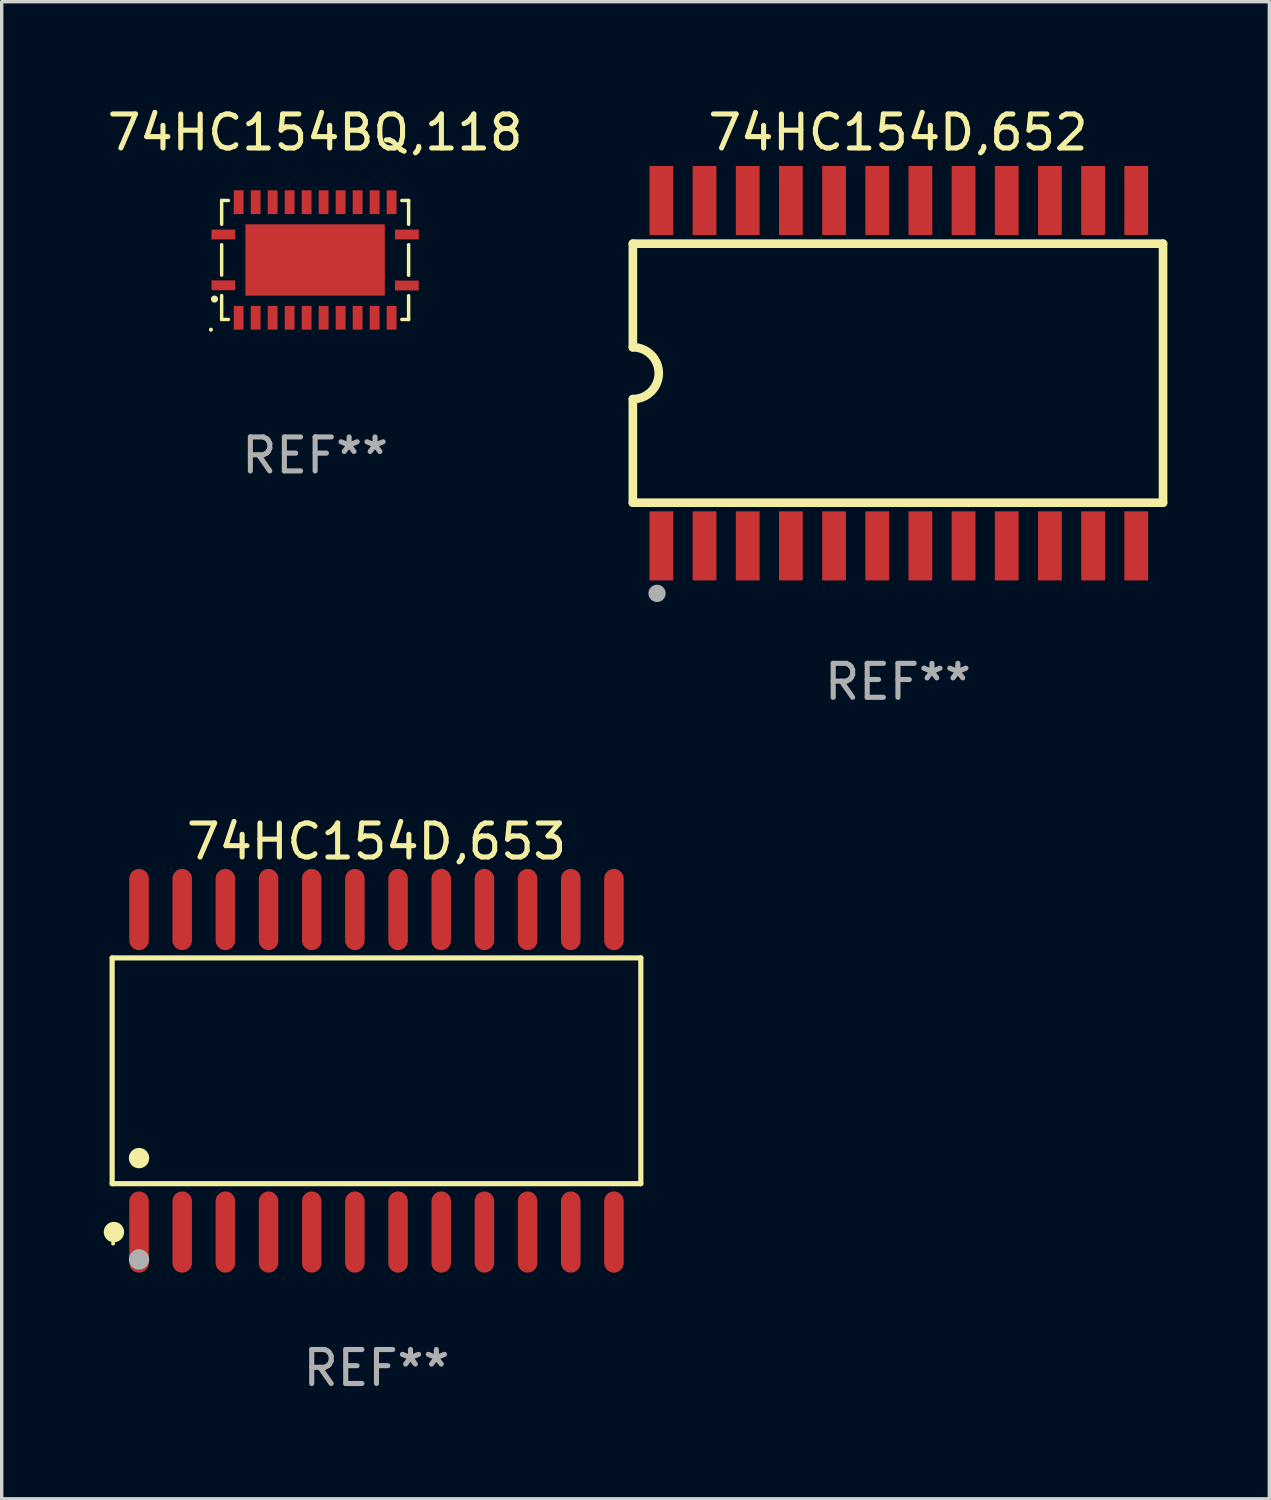
<source format=kicad_pcb>
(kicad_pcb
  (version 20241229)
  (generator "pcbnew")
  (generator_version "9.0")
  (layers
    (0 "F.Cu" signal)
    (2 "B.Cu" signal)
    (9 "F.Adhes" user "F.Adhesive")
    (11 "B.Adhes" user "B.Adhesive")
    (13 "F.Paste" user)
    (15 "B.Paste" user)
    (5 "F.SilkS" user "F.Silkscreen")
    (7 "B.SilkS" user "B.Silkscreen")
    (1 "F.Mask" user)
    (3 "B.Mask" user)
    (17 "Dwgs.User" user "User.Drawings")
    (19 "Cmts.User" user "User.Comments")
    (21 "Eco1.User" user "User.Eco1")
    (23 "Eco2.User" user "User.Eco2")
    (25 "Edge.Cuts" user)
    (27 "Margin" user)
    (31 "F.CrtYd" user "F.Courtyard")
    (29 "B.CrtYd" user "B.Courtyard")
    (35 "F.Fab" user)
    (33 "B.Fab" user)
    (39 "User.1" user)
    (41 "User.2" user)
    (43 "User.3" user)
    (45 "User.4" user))
  (footprint "74HC154BQ,118"
    (layer "F.Cu")
    (at 6.22 4.598)
    (property "Reference" "74HC154BQ,118" (at 0 -3.75 0) (layer "F.SilkS") (effects (font (size 1 1) (thickness 0.15))))
    (attr through_hole)
    (fp_line (start -2.75 -1.75) (end -2.75 -1.05) (stroke (width 0.102) (type solid)) (layer "F.SilkS"))
    (fp_line (start -2.75 -1.75) (end -2.55 -1.75) (stroke (width 0.102) (type solid)) (layer "F.SilkS"))
    (fp_line (start -2.75 -0.45) (end -2.75 0.445) (stroke (width 0.102) (type solid)) (layer "F.SilkS"))
    (fp_line (start -2.75 1.75) (end -2.75 1.045) (stroke (width 0.102) (type solid)) (layer "F.SilkS"))
    (fp_line (start -2.55 1.75) (end -2.75 1.75) (stroke (width 0.102) (type solid)) (layer "F.SilkS"))
    (fp_line (start 2.55 -1.75) (end 2.75 -1.75) (stroke (width 0.102) (type solid)) (layer "F.SilkS"))
    (fp_line (start 2.75 -1.75) (end 2.75 -1.05) (stroke (width 0.102) (type solid)) (layer "F.SilkS"))
    (fp_line (start 2.75 -0.45) (end 2.75 0.45) (stroke (width 0.102) (type solid)) (layer "F.SilkS"))
    (fp_line (start 2.75 1.05) (end 2.75 1.75) (stroke (width 0.102) (type solid)) (layer "F.SilkS"))
    (fp_line (start 2.75 1.75) (end 2.55 1.75) (stroke (width 0.102) (type solid)) (layer "F.SilkS"))
    (fp_circle (center -3.065 2.05) (end -3.035 2.05) (stroke (width 0.06) (type solid)) (fill no) (layer "F.SilkS"))
    (fp_circle (center -2.96 1.15) (end -2.906 1.15) (stroke (width 0.102) (type solid)) (fill no) (layer "F.SilkS"))
    (fp_text user "REF**" (at 0 5.75 0) (layer "F.Fab") (effects (font (size 1 1) (thickness 0.15))))
    (pad "1" smd rect (at -2.7 0.745 90) (size 0.29 0.7) (layers "F.Cu" "F.Mask" "F.Paste"))
    (pad "2" smd rect (at -2.25 1.7) (size 0.29 0.7) (layers "F.Cu" "F.Mask" "F.Paste"))
    (pad "3" smd rect (at -1.75 1.7) (size 0.29 0.7) (layers "F.Cu" "F.Mask" "F.Paste"))
    (pad "4" smd rect (at -1.25 1.7) (size 0.29 0.7) (layers "F.Cu" "F.Mask" "F.Paste"))
    (pad "5" smd rect (at -0.75 1.7) (size 0.29 0.7) (layers "F.Cu" "F.Mask" "F.Paste"))
    (pad "6" smd rect (at -0.25 1.7) (size 0.29 0.7) (layers "F.Cu" "F.Mask" "F.Paste"))
    (pad "7" smd rect (at 0.25 1.7) (size 0.29 0.7) (layers "F.Cu" "F.Mask" "F.Paste"))
    (pad "8" smd rect (at 0.75 1.7) (size 0.29 0.7) (layers "F.Cu" "F.Mask" "F.Paste"))
    (pad "9" smd rect (at 1.25 1.7) (size 0.29 0.7) (layers "F.Cu" "F.Mask" "F.Paste"))
    (pad "10" smd rect (at 1.75 1.7) (size 0.29 0.7) (layers "F.Cu" "F.Mask" "F.Paste"))
    (pad "11" smd rect (at 2.25 1.7) (size 0.29 0.7) (layers "F.Cu" "F.Mask" "F.Paste"))
    (pad "12" smd rect (at 2.7 0.75 90) (size 0.29 0.7) (layers "F.Cu" "F.Mask" "F.Paste"))
    (pad "13" smd rect (at 2.7 -0.75 90) (size 0.29 0.7) (layers "F.Cu" "F.Mask" "F.Paste"))
    (pad "14" smd rect (at 2.25 -1.7 180) (size 0.29 0.7) (layers "F.Cu" "F.Mask" "F.Paste"))
    (pad "15" smd rect (at 1.75 -1.7 180) (size 0.29 0.7) (layers "F.Cu" "F.Mask" "F.Paste"))
    (pad "16" smd rect (at 1.25 -1.7 180) (size 0.29 0.7) (layers "F.Cu" "F.Mask" "F.Paste"))
    (pad "17" smd rect (at 0.75 -1.7 180) (size 0.29 0.7) (layers "F.Cu" "F.Mask" "F.Paste"))
    (pad "18" smd rect (at 0.25 -1.7 180) (size 0.29 0.7) (layers "F.Cu" "F.Mask" "F.Paste"))
    (pad "19" smd rect (at -0.25 -1.7 180) (size 0.29 0.7) (layers "F.Cu" "F.Mask" "F.Paste"))
    (pad "20" smd rect (at -0.75 -1.7 180) (size 0.29 0.7) (layers "F.Cu" "F.Mask" "F.Paste"))
    (pad "21" smd rect (at -1.25 -1.7 180) (size 0.29 0.7) (layers "F.Cu" "F.Mask" "F.Paste"))
    (pad "22" smd rect (at -1.75 -1.7 180) (size 0.29 0.7) (layers "F.Cu" "F.Mask" "F.Paste"))
    (pad "23" smd rect (at -2.25 -1.7 180) (size 0.29 0.7) (layers "F.Cu" "F.Mask" "F.Paste"))
    (pad "24" smd rect (at -2.7 -0.75 270) (size 0.29 0.7) (layers "F.Cu" "F.Mask" "F.Paste"))
    (pad "25" smd rect (at 0 0) (size 4.1 2.1) (layers "F.Cu" "F.Mask" "F.Paste")))
  (footprint "74HC154D,653"
    (layer "F.Cu")
    (at 8.025 28.449)
    (property "Reference" "74HC154D,653" (at 0 -6.744 0) (layer "F.SilkS") (effects (font (size 1 1) (thickness 0.15))))
    (attr through_hole)
    (fp_line (start -7.776 -3.321) (end 7.776 -3.321) (stroke (width 0.152) (type solid)) (layer "F.SilkS"))
    (fp_line (start -7.776 3.321) (end -7.776 -3.321) (stroke (width 0.152) (type solid)) (layer "F.SilkS"))
    (fp_line (start 7.776 -3.321) (end 7.776 3.321) (stroke (width 0.152) (type solid)) (layer "F.SilkS"))
    (fp_line (start 7.776 3.321) (end -7.776 3.321) (stroke (width 0.152) (type solid)) (layer "F.SilkS"))
    (fp_circle (center -7.747 5.08) (end -7.717 5.08) (stroke (width 0.06) (type solid)) (fill no) (layer "F.SilkS"))
    (fp_circle (center -7.724 4.744) (end -7.574 4.744) (stroke (width 0.3) (type solid)) (fill no) (layer "F.SilkS"))
    (fp_circle (center -6.985 2.569) (end -6.835 2.569) (stroke (width 0.3) (type solid)) (fill no) (layer "F.SilkS"))
    (fp_circle (center -6.985 5.55) (end -6.835 5.55) (stroke (width 0.3) (type solid)) (fill no) (layer "F.Fab"))
    (fp_text user "REF**" (at 0 8.744 0) (layer "F.Fab") (effects (font (size 1 1) (thickness 0.15))))
    (pad "1" smd oval (at -6.985 4.744) (size 0.574 2.388) (layers "F.Cu" "F.Mask" "F.Paste"))
    (pad "2" smd oval (at -5.715 4.744) (size 0.574 2.388) (layers "F.Cu" "F.Mask" "F.Paste"))
    (pad "3" smd oval (at -4.445 4.744) (size 0.574 2.388) (layers "F.Cu" "F.Mask" "F.Paste"))
    (pad "4" smd oval (at -3.175 4.744) (size 0.574 2.388) (layers "F.Cu" "F.Mask" "F.Paste"))
    (pad "5" smd oval (at -1.905 4.744) (size 0.574 2.388) (layers "F.Cu" "F.Mask" "F.Paste"))
    (pad "6" smd oval (at -0.635 4.744) (size 0.574 2.388) (layers "F.Cu" "F.Mask" "F.Paste"))
    (pad "7" smd oval (at 0.635 4.744) (size 0.574 2.388) (layers "F.Cu" "F.Mask" "F.Paste"))
    (pad "8" smd oval (at 1.905 4.744) (size 0.574 2.388) (layers "F.Cu" "F.Mask" "F.Paste"))
    (pad "9" smd oval (at 3.175 4.744) (size 0.574 2.388) (layers "F.Cu" "F.Mask" "F.Paste"))
    (pad "10" smd oval (at 4.445 4.744) (size 0.574 2.388) (layers "F.Cu" "F.Mask" "F.Paste"))
    (pad "11" smd oval (at 5.715 4.744) (size 0.574 2.388) (layers "F.Cu" "F.Mask" "F.Paste"))
    (pad "12" smd oval (at 6.985 4.744) (size 0.574 2.388) (layers "F.Cu" "F.Mask" "F.Paste"))
    (pad "13" smd oval (at 6.985 -4.744) (size 0.574 2.388) (layers "F.Cu" "F.Mask" "F.Paste"))
    (pad "14" smd oval (at 5.715 -4.744) (size 0.574 2.388) (layers "F.Cu" "F.Mask" "F.Paste"))
    (pad "15" smd oval (at 4.445 -4.744) (size 0.574 2.388) (layers "F.Cu" "F.Mask" "F.Paste"))
    (pad "16" smd oval (at 3.175 -4.744) (size 0.574 2.388) (layers "F.Cu" "F.Mask" "F.Paste"))
    (pad "17" smd oval (at 1.905 -4.744) (size 0.574 2.388) (layers "F.Cu" "F.Mask" "F.Paste"))
    (pad "18" smd oval (at 0.635 -4.744) (size 0.574 2.388) (layers "F.Cu" "F.Mask" "F.Paste"))
    (pad "19" smd oval (at -0.635 -4.744) (size 0.574 2.388) (layers "F.Cu" "F.Mask" "F.Paste"))
    (pad "20" smd oval (at -1.905 -4.744) (size 0.574 2.388) (layers "F.Cu" "F.Mask" "F.Paste"))
    (pad "21" smd oval (at -3.175 -4.744) (size 0.574 2.388) (layers "F.Cu" "F.Mask" "F.Paste"))
    (pad "22" smd oval (at -4.445 -4.744) (size 0.574 2.388) (layers "F.Cu" "F.Mask" "F.Paste"))
    (pad "23" smd oval (at -5.715 -4.744) (size 0.574 2.388) (layers "F.Cu" "F.Mask" "F.Paste"))
    (pad "24" smd oval (at -6.985 -4.744) (size 0.574 2.388) (layers "F.Cu" "F.Mask" "F.Paste")))
  (footprint "74HC154D,652"
    (layer "F.Cu")
    (at 23.365 7.928)
    (property "Reference" "74HC154D,652" (at 0 -7.08 0) (layer "F.SilkS") (effects (font (size 1 1) (thickness 0.15))))
    (attr through_hole)
    (fp_line (start -7.798 -3.81) (end -7.798 -0.762) (stroke (width 0.254) (type solid)) (layer "F.SilkS"))
    (fp_line (start -7.798 3.81) (end -7.798 0.762) (stroke (width 0.254) (type solid)) (layer "F.SilkS"))
    (fp_line (start 7.798 -3.81) (end -7.798 -3.81) (stroke (width 0.254) (type solid)) (layer "F.SilkS"))
    (fp_line (start 7.798 3.81) (end -7.798 3.81) (stroke (width 0.254) (type solid)) (layer "F.SilkS"))
    (fp_line (start 7.798 3.81) (end 7.798 -3.81) (stroke (width 0.254) (type solid)) (layer "F.SilkS"))
    (fp_arc (start -7.797791 -0.762002) (mid -7.03579 -0.000001) (end -7.79779 0.762002) (stroke (width 0.254001) (type solid)) (layer "F.SilkS"))
    (fp_circle (center -7.825 3.75) (end -7.795 3.75) (stroke (width 0.06) (type solid)) (fill no) (layer "F.SilkS"))
    (fp_circle (center -7.087 6.477) (end -6.96 6.477) (stroke (width 0.254) (type solid)) (fill no) (layer "F.Fab"))
    (fp_text user "REF**" (at 0 9.08 0) (layer "F.Fab") (effects (font (size 1 1) (thickness 0.15))))
    (pad "1" smd rect (at -6.96 5.08 90) (size 2.032 0.7) (layers "F.Cu" "F.Mask" "F.Paste"))
    (pad "2" smd rect (at -5.69 5.08 90) (size 2.032 0.7) (layers "F.Cu" "F.Mask" "F.Paste"))
    (pad "3" smd rect (at -4.42 5.08 90) (size 2.032 0.7) (layers "F.Cu" "F.Mask" "F.Paste"))
    (pad "4" smd rect (at -3.15 5.08 90) (size 2.032 0.7) (layers "F.Cu" "F.Mask" "F.Paste"))
    (pad "5" smd rect (at -1.88 5.08 90) (size 2.032 0.7) (layers "F.Cu" "F.Mask" "F.Paste"))
    (pad "6" smd rect (at -0.61 5.08 90) (size 2.032 0.7) (layers "F.Cu" "F.Mask" "F.Paste"))
    (pad "7" smd rect (at 0.66 5.08 90) (size 2.032 0.7) (layers "F.Cu" "F.Mask" "F.Paste"))
    (pad "8" smd rect (at 1.93 5.08 90) (size 2.032 0.7) (layers "F.Cu" "F.Mask" "F.Paste"))
    (pad "9" smd rect (at 3.2 5.08 90) (size 2.032 0.7) (layers "F.Cu" "F.Mask" "F.Paste"))
    (pad "10" smd rect (at 4.47 5.08 90) (size 2.032 0.7) (layers "F.Cu" "F.Mask" "F.Paste"))
    (pad "11" smd rect (at 5.74 5.08 90) (size 2.032 0.7) (layers "F.Cu" "F.Mask" "F.Paste"))
    (pad "12" smd rect (at 7.01 5.08 90) (size 2.032 0.7) (layers "F.Cu" "F.Mask" "F.Paste"))
    (pad "13" smd rect (at 7.01 -5.08 90) (size 2.032 0.7) (layers "F.Cu" "F.Mask" "F.Paste"))
    (pad "14" smd rect (at 5.74 -5.08 90) (size 2.032 0.7) (layers "F.Cu" "F.Mask" "F.Paste"))
    (pad "15" smd rect (at 4.47 -5.08 90) (size 2.032 0.7) (layers "F.Cu" "F.Mask" "F.Paste"))
    (pad "16" smd rect (at 3.2 -5.08 90) (size 2.032 0.7) (layers "F.Cu" "F.Mask" "F.Paste"))
    (pad "17" smd rect (at 1.93 -5.08 90) (size 2.032 0.7) (layers "F.Cu" "F.Mask" "F.Paste"))
    (pad "18" smd rect (at 0.66 -5.08 90) (size 2.032 0.7) (layers "F.Cu" "F.Mask" "F.Paste"))
    (pad "19" smd rect (at -0.61 -5.08 90) (size 2.032 0.7) (layers "F.Cu" "F.Mask" "F.Paste"))
    (pad "20" smd rect (at -1.88 -5.08 90) (size 2.032 0.7) (layers "F.Cu" "F.Mask" "F.Paste"))
    (pad "21" smd rect (at -3.15 -5.08 90) (size 2.032 0.7) (layers "F.Cu" "F.Mask" "F.Paste"))
    (pad "22" smd rect (at -4.42 -5.08 90) (size 2.032 0.7) (layers "F.Cu" "F.Mask" "F.Paste"))
    (pad "23" smd rect (at -5.69 -5.08 90) (size 2.032 0.7) (layers "F.Cu" "F.Mask" "F.Paste"))
    (pad "24" smd rect (at -6.96 -5.08 90) (size 2.032 0.7) (layers "F.Cu" "F.Mask" "F.Paste")))
  (gr_rect
    (start -3 -3)
    (end 34.29 41.041)
    (stroke (width 0.1) (type default))
    (fill no)
    (layer "Edge.Cuts")))
</source>
